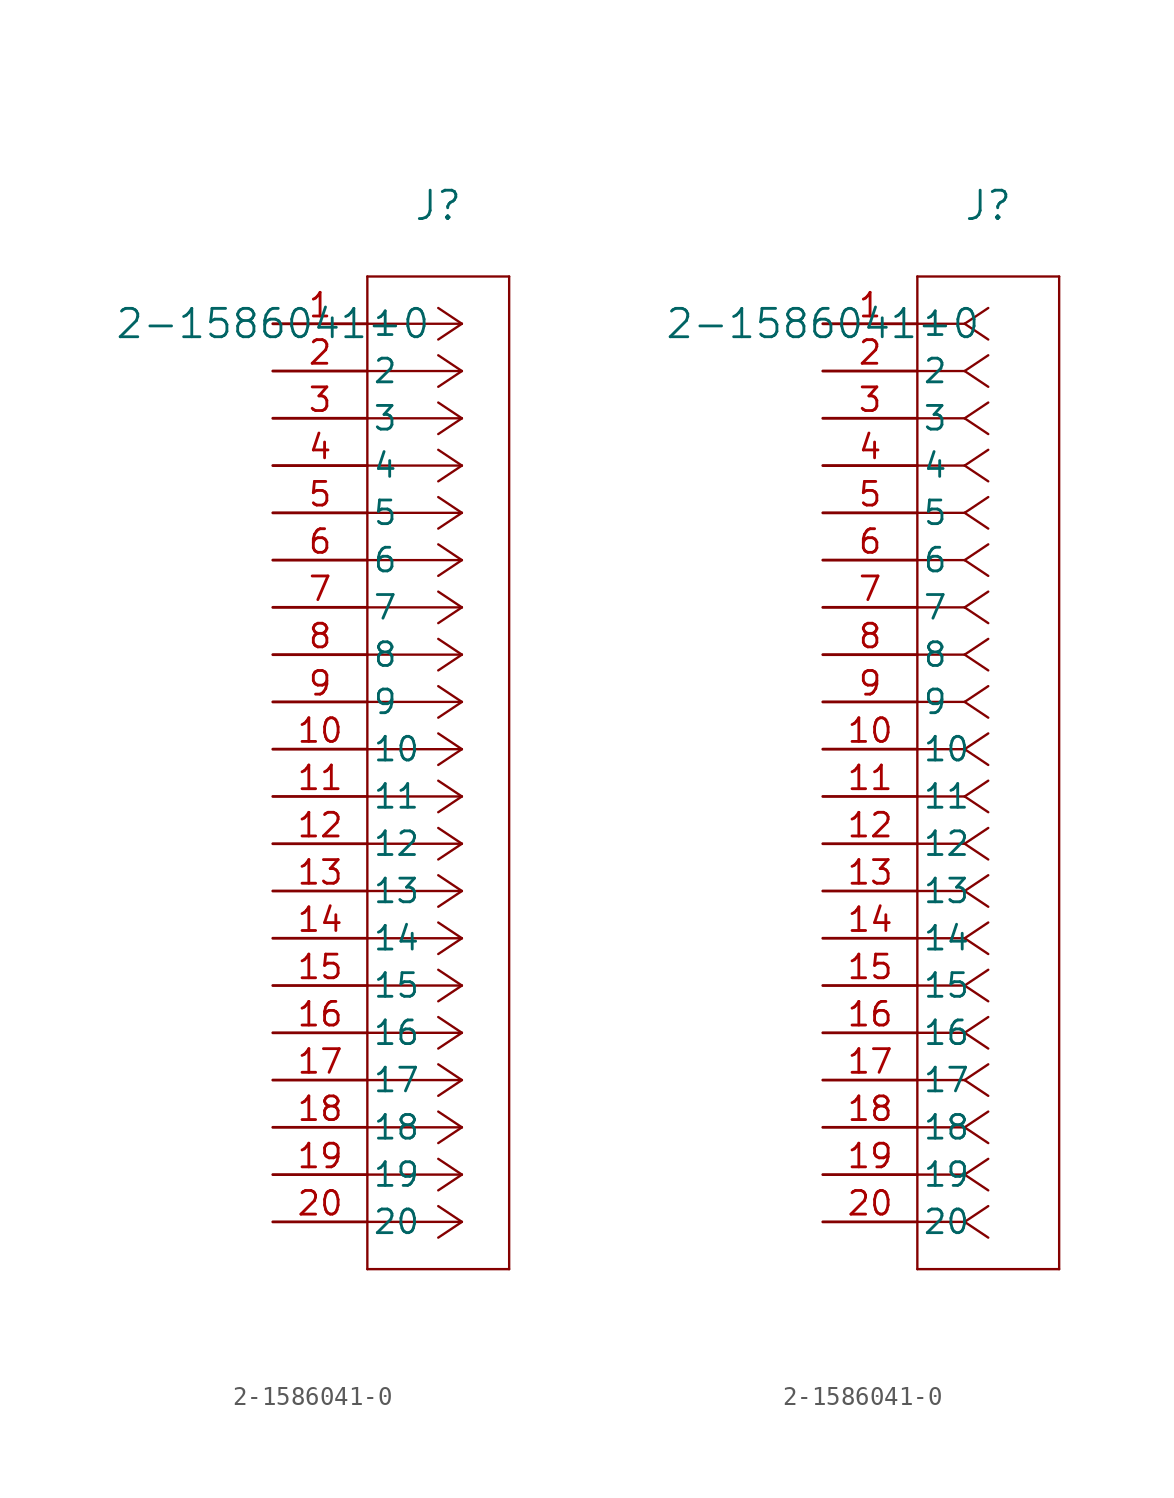
<source format=kicad_sym>
(kicad_symbol_lib
  (version 20211014)
  (generator kicad_symbol_editor)
  (symbol "2-1586041-0"
    (pin_names
      (offset 0.254))
    (property "Reference" "J"
      (at 8.89 6.35 0)
      (effects (font (size 1.524 1.524))))
    (property "Value" "2-1586041-0"
      (at 0 0 0)
      (effects (font (size 1.524 1.524))))
    (symbol "2-1586041-0_1_1"
      (polyline (pts (xy 10.16 0) (xy 5.08 0)) (stroke (width 0.127) (type default) (color 0 0 0 0)) (fill (type none)))
      (polyline (pts (xy 10.16 -2.54) (xy 5.08 -2.54)) (stroke (width 0.127) (type default) (color 0 0 0 0)) (fill (type none)))
      (polyline (pts (xy 10.16 -5.08) (xy 5.08 -5.08)) (stroke (width 0.127) (type default) (color 0 0 0 0)) (fill (type none)))
      (polyline (pts (xy 10.16 -7.62) (xy 5.08 -7.62)) (stroke (width 0.127) (type default) (color 0 0 0 0)) (fill (type none)))
      (polyline (pts (xy 10.16 -10.16) (xy 5.08 -10.16)) (stroke (width 0.127) (type default) (color 0 0 0 0)) (fill (type none)))
      (polyline (pts (xy 10.16 -12.7) (xy 5.08 -12.7)) (stroke (width 0.127) (type default) (color 0 0 0 0)) (fill (type none)))
      (polyline (pts (xy 10.16 -15.24) (xy 5.08 -15.24)) (stroke (width 0.127) (type default) (color 0 0 0 0)) (fill (type none)))
      (polyline (pts (xy 10.16 -17.78) (xy 5.08 -17.78)) (stroke (width 0.127) (type default) (color 0 0 0 0)) (fill (type none)))
      (polyline (pts (xy 10.16 -20.32) (xy 5.08 -20.32)) (stroke (width 0.127) (type default) (color 0 0 0 0)) (fill (type none)))
      (polyline (pts (xy 10.16 -22.86) (xy 5.08 -22.86)) (stroke (width 0.127) (type default) (color 0 0 0 0)) (fill (type none)))
      (polyline (pts (xy 10.16 -25.4) (xy 5.08 -25.4)) (stroke (width 0.127) (type default) (color 0 0 0 0)) (fill (type none)))
      (polyline (pts (xy 10.16 -27.94) (xy 5.08 -27.94)) (stroke (width 0.127) (type default) (color 0 0 0 0)) (fill (type none)))
      (polyline (pts (xy 10.16 -30.48) (xy 5.08 -30.48)) (stroke (width 0.127) (type default) (color 0 0 0 0)) (fill (type none)))
      (polyline (pts (xy 10.16 -33.02) (xy 5.08 -33.02)) (stroke (width 0.127) (type default) (color 0 0 0 0)) (fill (type none)))
      (polyline (pts (xy 10.16 -35.56) (xy 5.08 -35.56)) (stroke (width 0.127) (type default) (color 0 0 0 0)) (fill (type none)))
      (polyline (pts (xy 10.16 -38.1) (xy 5.08 -38.1)) (stroke (width 0.127) (type default) (color 0 0 0 0)) (fill (type none)))
      (polyline (pts (xy 10.16 -40.64) (xy 5.08 -40.64)) (stroke (width 0.127) (type default) (color 0 0 0 0)) (fill (type none)))
      (polyline (pts (xy 10.16 -43.18) (xy 5.08 -43.18)) (stroke (width 0.127) (type default) (color 0 0 0 0)) (fill (type none)))
      (polyline (pts (xy 10.16 -45.72) (xy 5.08 -45.72)) (stroke (width 0.127) (type default) (color 0 0 0 0)) (fill (type none)))
      (polyline (pts (xy 10.16 -48.26) (xy 5.08 -48.26)) (stroke (width 0.127) (type default) (color 0 0 0 0)) (fill (type none)))
      (polyline (pts (xy 10.16 0) (xy 8.89 0.847)) (stroke (width 0.127) (type default) (color 0 0 0 0)) (fill (type none)))
      (polyline (pts (xy 10.16 -2.54) (xy 8.89 -1.693)) (stroke (width 0.127) (type default) (color 0 0 0 0)) (fill (type none)))
      (polyline (pts (xy 10.16 -5.08) (xy 8.89 -4.233)) (stroke (width 0.127) (type default) (color 0 0 0 0)) (fill (type none)))
      (polyline (pts (xy 10.16 -7.62) (xy 8.89 -6.773)) (stroke (width 0.127) (type default) (color 0 0 0 0)) (fill (type none)))
      (polyline (pts (xy 10.16 -10.16) (xy 8.89 -9.313)) (stroke (width 0.127) (type default) (color 0 0 0 0)) (fill (type none)))
      (polyline (pts (xy 10.16 -12.7) (xy 8.89 -11.853)) (stroke (width 0.127) (type default) (color 0 0 0 0)) (fill (type none)))
      (polyline (pts (xy 10.16 -15.24) (xy 8.89 -14.393)) (stroke (width 0.127) (type default) (color 0 0 0 0)) (fill (type none)))
      (polyline (pts (xy 10.16 -17.78) (xy 8.89 -16.933)) (stroke (width 0.127) (type default) (color 0 0 0 0)) (fill (type none)))
      (polyline (pts (xy 10.16 -20.32) (xy 8.89 -19.473)) (stroke (width 0.127) (type default) (color 0 0 0 0)) (fill (type none)))
      (polyline (pts (xy 10.16 -22.86) (xy 8.89 -22.013)) (stroke (width 0.127) (type default) (color 0 0 0 0)) (fill (type none)))
      (polyline (pts (xy 10.16 -25.4) (xy 8.89 -24.553)) (stroke (width 0.127) (type default) (color 0 0 0 0)) (fill (type none)))
      (polyline (pts (xy 10.16 -27.94) (xy 8.89 -27.093)) (stroke (width 0.127) (type default) (color 0 0 0 0)) (fill (type none)))
      (polyline (pts (xy 10.16 -30.48) (xy 8.89 -29.633)) (stroke (width 0.127) (type default) (color 0 0 0 0)) (fill (type none)))
      (polyline (pts (xy 10.16 -33.02) (xy 8.89 -32.173)) (stroke (width 0.127) (type default) (color 0 0 0 0)) (fill (type none)))
      (polyline (pts (xy 10.16 -35.56) (xy 8.89 -34.713)) (stroke (width 0.127) (type default) (color 0 0 0 0)) (fill (type none)))
      (polyline (pts (xy 10.16 -38.1) (xy 8.89 -37.253)) (stroke (width 0.127) (type default) (color 0 0 0 0)) (fill (type none)))
      (polyline (pts (xy 10.16 -40.64) (xy 8.89 -39.793)) (stroke (width 0.127) (type default) (color 0 0 0 0)) (fill (type none)))
      (polyline (pts (xy 10.16 -43.18) (xy 8.89 -42.333)) (stroke (width 0.127) (type default) (color 0 0 0 0)) (fill (type none)))
      (polyline (pts (xy 10.16 -45.72) (xy 8.89 -44.873)) (stroke (width 0.127) (type default) (color 0 0 0 0)) (fill (type none)))
      (polyline (pts (xy 10.16 -48.26) (xy 8.89 -47.413)) (stroke (width 0.127) (type default) (color 0 0 0 0)) (fill (type none)))
      (polyline (pts (xy 10.16 0) (xy 8.89 -0.847)) (stroke (width 0.127) (type default) (color 0 0 0 0)) (fill (type none)))
      (polyline (pts (xy 10.16 -2.54) (xy 8.89 -3.387)) (stroke (width 0.127) (type default) (color 0 0 0 0)) (fill (type none)))
      (polyline (pts (xy 10.16 -5.08) (xy 8.89 -5.927)) (stroke (width 0.127) (type default) (color 0 0 0 0)) (fill (type none)))
      (polyline (pts (xy 10.16 -7.62) (xy 8.89 -8.467)) (stroke (width 0.127) (type default) (color 0 0 0 0)) (fill (type none)))
      (polyline (pts (xy 10.16 -10.16) (xy 8.89 -11.007)) (stroke (width 0.127) (type default) (color 0 0 0 0)) (fill (type none)))
      (polyline (pts (xy 10.16 -12.7) (xy 8.89 -13.547)) (stroke (width 0.127) (type default) (color 0 0 0 0)) (fill (type none)))
      (polyline (pts (xy 10.16 -15.24) (xy 8.89 -16.087)) (stroke (width 0.127) (type default) (color 0 0 0 0)) (fill (type none)))
      (polyline (pts (xy 10.16 -17.78) (xy 8.89 -18.627)) (stroke (width 0.127) (type default) (color 0 0 0 0)) (fill (type none)))
      (polyline (pts (xy 10.16 -20.32) (xy 8.89 -21.167)) (stroke (width 0.127) (type default) (color 0 0 0 0)) (fill (type none)))
      (polyline (pts (xy 10.16 -22.86) (xy 8.89 -23.707)) (stroke (width 0.127) (type default) (color 0 0 0 0)) (fill (type none)))
      (polyline (pts (xy 10.16 -25.4) (xy 8.89 -26.247)) (stroke (width 0.127) (type default) (color 0 0 0 0)) (fill (type none)))
      (polyline (pts (xy 10.16 -27.94) (xy 8.89 -28.787)) (stroke (width 0.127) (type default) (color 0 0 0 0)) (fill (type none)))
      (polyline (pts (xy 10.16 -30.48) (xy 8.89 -31.327)) (stroke (width 0.127) (type default) (color 0 0 0 0)) (fill (type none)))
      (polyline (pts (xy 10.16 -33.02) (xy 8.89 -33.867)) (stroke (width 0.127) (type default) (color 0 0 0 0)) (fill (type none)))
      (polyline (pts (xy 10.16 -35.56) (xy 8.89 -36.407)) (stroke (width 0.127) (type default) (color 0 0 0 0)) (fill (type none)))
      (polyline (pts (xy 10.16 -38.1) (xy 8.89 -38.947)) (stroke (width 0.127) (type default) (color 0 0 0 0)) (fill (type none)))
      (polyline (pts (xy 10.16 -40.64) (xy 8.89 -41.487)) (stroke (width 0.127) (type default) (color 0 0 0 0)) (fill (type none)))
      (polyline (pts (xy 10.16 -43.18) (xy 8.89 -44.027)) (stroke (width 0.127) (type default) (color 0 0 0 0)) (fill (type none)))
      (polyline (pts (xy 10.16 -45.72) (xy 8.89 -46.567)) (stroke (width 0.127) (type default) (color 0 0 0 0)) (fill (type none)))
      (polyline (pts (xy 10.16 -48.26) (xy 8.89 -49.107)) (stroke (width 0.127) (type default) (color 0 0 0 0)) (fill (type none)))
      (polyline (pts (xy 5.08 2.54) (xy 5.08 -50.8)) (stroke (width 0.127) (type default) (color 0 0 0 0)) (fill (type none)))
      (polyline (pts (xy 5.08 -50.8) (xy 12.7 -50.8)) (stroke (width 0.127) (type default) (color 0 0 0 0)) (fill (type none)))
      (polyline (pts (xy 12.7 -50.8) (xy 12.7 2.54)) (stroke (width 0.127) (type default) (color 0 0 0 0)) (fill (type none)))
      (polyline (pts (xy 12.7 2.54) (xy 5.08 2.54)) (stroke (width 0.127) (type default) (color 0 0 0 0)) (fill (type none)))
      (pin unspecified line (at 0 0 0) (length 5.08) (name "1" (effects (font (size 1.27 1.27)))) (number "1" (effects (font (size 1.27 1.27)))))
      (pin unspecified line (at 0 -2.54 0) (length 5.08) (name "2" (effects (font (size 1.27 1.27)))) (number "2" (effects (font (size 1.27 1.27)))))
      (pin unspecified line (at 0 -5.08 0) (length 5.08) (name "3" (effects (font (size 1.27 1.27)))) (number "3" (effects (font (size 1.27 1.27)))))
      (pin unspecified line (at 0 -7.62 0) (length 5.08) (name "4" (effects (font (size 1.27 1.27)))) (number "4" (effects (font (size 1.27 1.27)))))
      (pin unspecified line (at 0 -10.16 0) (length 5.08) (name "5" (effects (font (size 1.27 1.27)))) (number "5" (effects (font (size 1.27 1.27)))))
      (pin unspecified line (at 0 -12.7 0) (length 5.08) (name "6" (effects (font (size 1.27 1.27)))) (number "6" (effects (font (size 1.27 1.27)))))
      (pin unspecified line (at 0 -15.24 0) (length 5.08) (name "7" (effects (font (size 1.27 1.27)))) (number "7" (effects (font (size 1.27 1.27)))))
      (pin unspecified line (at 0 -17.78 0) (length 5.08) (name "8" (effects (font (size 1.27 1.27)))) (number "8" (effects (font (size 1.27 1.27)))))
      (pin unspecified line (at 0 -20.32 0) (length 5.08) (name "9" (effects (font (size 1.27 1.27)))) (number "9" (effects (font (size 1.27 1.27)))))
      (pin unspecified line (at 0 -22.86 0) (length 5.08) (name "10" (effects (font (size 1.27 1.27)))) (number "10" (effects (font (size 1.27 1.27)))))
      (pin unspecified line (at 0 -25.4 0) (length 5.08) (name "11" (effects (font (size 1.27 1.27)))) (number "11" (effects (font (size 1.27 1.27)))))
      (pin unspecified line (at 0 -27.94 0) (length 5.08) (name "12" (effects (font (size 1.27 1.27)))) (number "12" (effects (font (size 1.27 1.27)))))
      (pin unspecified line (at 0 -30.48 0) (length 5.08) (name "13" (effects (font (size 1.27 1.27)))) (number "13" (effects (font (size 1.27 1.27)))))
      (pin unspecified line (at 0 -33.02 0) (length 5.08) (name "14" (effects (font (size 1.27 1.27)))) (number "14" (effects (font (size 1.27 1.27)))))
      (pin unspecified line (at 0 -35.56 0) (length 5.08) (name "15" (effects (font (size 1.27 1.27)))) (number "15" (effects (font (size 1.27 1.27)))))
      (pin unspecified line (at 0 -38.1 0) (length 5.08) (name "16" (effects (font (size 1.27 1.27)))) (number "16" (effects (font (size 1.27 1.27)))))
      (pin unspecified line (at 0 -40.64 0) (length 5.08) (name "17" (effects (font (size 1.27 1.27)))) (number "17" (effects (font (size 1.27 1.27)))))
      (pin unspecified line (at 0 -43.18 0) (length 5.08) (name "18" (effects (font (size 1.27 1.27)))) (number "18" (effects (font (size 1.27 1.27)))))
      (pin unspecified line (at 0 -45.72 0) (length 5.08) (name "19" (effects (font (size 1.27 1.27)))) (number "19" (effects (font (size 1.27 1.27)))))
      (pin unspecified line (at 0 -48.26 0) (length 5.08) (name "20" (effects (font (size 1.27 1.27)))) (number "20" (effects (font (size 1.27 1.27))))))
    (symbol "2-1586041-0_1_2"
      (polyline (pts (xy 7.62 0) (xy 5.08 0)) (stroke (width 0.127) (type default) (color 0 0 0 0)) (fill (type none)))
      (polyline (pts (xy 7.62 -2.54) (xy 5.08 -2.54)) (stroke (width 0.127) (type default) (color 0 0 0 0)) (fill (type none)))
      (polyline (pts (xy 7.62 -5.08) (xy 5.08 -5.08)) (stroke (width 0.127) (type default) (color 0 0 0 0)) (fill (type none)))
      (polyline (pts (xy 7.62 -7.62) (xy 5.08 -7.62)) (stroke (width 0.127) (type default) (color 0 0 0 0)) (fill (type none)))
      (polyline (pts (xy 7.62 -10.16) (xy 5.08 -10.16)) (stroke (width 0.127) (type default) (color 0 0 0 0)) (fill (type none)))
      (polyline (pts (xy 7.62 -12.7) (xy 5.08 -12.7)) (stroke (width 0.127) (type default) (color 0 0 0 0)) (fill (type none)))
      (polyline (pts (xy 7.62 -15.24) (xy 5.08 -15.24)) (stroke (width 0.127) (type default) (color 0 0 0 0)) (fill (type none)))
      (polyline (pts (xy 7.62 -17.78) (xy 5.08 -17.78)) (stroke (width 0.127) (type default) (color 0 0 0 0)) (fill (type none)))
      (polyline (pts (xy 7.62 -20.32) (xy 5.08 -20.32)) (stroke (width 0.127) (type default) (color 0 0 0 0)) (fill (type none)))
      (polyline (pts (xy 7.62 -22.86) (xy 5.08 -22.86)) (stroke (width 0.127) (type default) (color 0 0 0 0)) (fill (type none)))
      (polyline (pts (xy 7.62 -25.4) (xy 5.08 -25.4)) (stroke (width 0.127) (type default) (color 0 0 0 0)) (fill (type none)))
      (polyline (pts (xy 7.62 -27.94) (xy 5.08 -27.94)) (stroke (width 0.127) (type default) (color 0 0 0 0)) (fill (type none)))
      (polyline (pts (xy 7.62 -30.48) (xy 5.08 -30.48)) (stroke (width 0.127) (type default) (color 0 0 0 0)) (fill (type none)))
      (polyline (pts (xy 7.62 -33.02) (xy 5.08 -33.02)) (stroke (width 0.127) (type default) (color 0 0 0 0)) (fill (type none)))
      (polyline (pts (xy 7.62 -35.56) (xy 5.08 -35.56)) (stroke (width 0.127) (type default) (color 0 0 0 0)) (fill (type none)))
      (polyline (pts (xy 7.62 -38.1) (xy 5.08 -38.1)) (stroke (width 0.127) (type default) (color 0 0 0 0)) (fill (type none)))
      (polyline (pts (xy 7.62 -40.64) (xy 5.08 -40.64)) (stroke (width 0.127) (type default) (color 0 0 0 0)) (fill (type none)))
      (polyline (pts (xy 7.62 -43.18) (xy 5.08 -43.18)) (stroke (width 0.127) (type default) (color 0 0 0 0)) (fill (type none)))
      (polyline (pts (xy 7.62 -45.72) (xy 5.08 -45.72)) (stroke (width 0.127) (type default) (color 0 0 0 0)) (fill (type none)))
      (polyline (pts (xy 7.62 -48.26) (xy 5.08 -48.26)) (stroke (width 0.127) (type default) (color 0 0 0 0)) (fill (type none)))
      (polyline (pts (xy 7.62 0) (xy 8.89 0.847)) (stroke (width 0.127) (type default) (color 0 0 0 0)) (fill (type none)))
      (polyline (pts (xy 7.62 -2.54) (xy 8.89 -1.693)) (stroke (width 0.127) (type default) (color 0 0 0 0)) (fill (type none)))
      (polyline (pts (xy 7.62 -5.08) (xy 8.89 -4.233)) (stroke (width 0.127) (type default) (color 0 0 0 0)) (fill (type none)))
      (polyline (pts (xy 7.62 -7.62) (xy 8.89 -6.773)) (stroke (width 0.127) (type default) (color 0 0 0 0)) (fill (type none)))
      (polyline (pts (xy 7.62 -10.16) (xy 8.89 -9.313)) (stroke (width 0.127) (type default) (color 0 0 0 0)) (fill (type none)))
      (polyline (pts (xy 7.62 -12.7) (xy 8.89 -11.853)) (stroke (width 0.127) (type default) (color 0 0 0 0)) (fill (type none)))
      (polyline (pts (xy 7.62 -15.24) (xy 8.89 -14.393)) (stroke (width 0.127) (type default) (color 0 0 0 0)) (fill (type none)))
      (polyline (pts (xy 7.62 -17.78) (xy 8.89 -16.933)) (stroke (width 0.127) (type default) (color 0 0 0 0)) (fill (type none)))
      (polyline (pts (xy 7.62 -20.32) (xy 8.89 -19.473)) (stroke (width 0.127) (type default) (color 0 0 0 0)) (fill (type none)))
      (polyline (pts (xy 7.62 -22.86) (xy 8.89 -22.013)) (stroke (width 0.127) (type default) (color 0 0 0 0)) (fill (type none)))
      (polyline (pts (xy 7.62 -25.4) (xy 8.89 -24.553)) (stroke (width 0.127) (type default) (color 0 0 0 0)) (fill (type none)))
      (polyline (pts (xy 7.62 -27.94) (xy 8.89 -27.093)) (stroke (width 0.127) (type default) (color 0 0 0 0)) (fill (type none)))
      (polyline (pts (xy 7.62 -30.48) (xy 8.89 -29.633)) (stroke (width 0.127) (type default) (color 0 0 0 0)) (fill (type none)))
      (polyline (pts (xy 7.62 -33.02) (xy 8.89 -32.173)) (stroke (width 0.127) (type default) (color 0 0 0 0)) (fill (type none)))
      (polyline (pts (xy 7.62 -35.56) (xy 8.89 -34.713)) (stroke (width 0.127) (type default) (color 0 0 0 0)) (fill (type none)))
      (polyline (pts (xy 7.62 -38.1) (xy 8.89 -37.253)) (stroke (width 0.127) (type default) (color 0 0 0 0)) (fill (type none)))
      (polyline (pts (xy 7.62 -40.64) (xy 8.89 -39.793)) (stroke (width 0.127) (type default) (color 0 0 0 0)) (fill (type none)))
      (polyline (pts (xy 7.62 -43.18) (xy 8.89 -42.333)) (stroke (width 0.127) (type default) (color 0 0 0 0)) (fill (type none)))
      (polyline (pts (xy 7.62 -45.72) (xy 8.89 -44.873)) (stroke (width 0.127) (type default) (color 0 0 0 0)) (fill (type none)))
      (polyline (pts (xy 7.62 -48.26) (xy 8.89 -47.413)) (stroke (width 0.127) (type default) (color 0 0 0 0)) (fill (type none)))
      (polyline (pts (xy 7.62 0) (xy 8.89 -0.847)) (stroke (width 0.127) (type default) (color 0 0 0 0)) (fill (type none)))
      (polyline (pts (xy 7.62 -2.54) (xy 8.89 -3.387)) (stroke (width 0.127) (type default) (color 0 0 0 0)) (fill (type none)))
      (polyline (pts (xy 7.62 -5.08) (xy 8.89 -5.927)) (stroke (width 0.127) (type default) (color 0 0 0 0)) (fill (type none)))
      (polyline (pts (xy 7.62 -7.62) (xy 8.89 -8.467)) (stroke (width 0.127) (type default) (color 0 0 0 0)) (fill (type none)))
      (polyline (pts (xy 7.62 -10.16) (xy 8.89 -11.007)) (stroke (width 0.127) (type default) (color 0 0 0 0)) (fill (type none)))
      (polyline (pts (xy 7.62 -12.7) (xy 8.89 -13.547)) (stroke (width 0.127) (type default) (color 0 0 0 0)) (fill (type none)))
      (polyline (pts (xy 7.62 -15.24) (xy 8.89 -16.087)) (stroke (width 0.127) (type default) (color 0 0 0 0)) (fill (type none)))
      (polyline (pts (xy 7.62 -17.78) (xy 8.89 -18.627)) (stroke (width 0.127) (type default) (color 0 0 0 0)) (fill (type none)))
      (polyline (pts (xy 7.62 -20.32) (xy 8.89 -21.167)) (stroke (width 0.127) (type default) (color 0 0 0 0)) (fill (type none)))
      (polyline (pts (xy 7.62 -22.86) (xy 8.89 -23.707)) (stroke (width 0.127) (type default) (color 0 0 0 0)) (fill (type none)))
      (polyline (pts (xy 7.62 -25.4) (xy 8.89 -26.247)) (stroke (width 0.127) (type default) (color 0 0 0 0)) (fill (type none)))
      (polyline (pts (xy 7.62 -27.94) (xy 8.89 -28.787)) (stroke (width 0.127) (type default) (color 0 0 0 0)) (fill (type none)))
      (polyline (pts (xy 7.62 -30.48) (xy 8.89 -31.327)) (stroke (width 0.127) (type default) (color 0 0 0 0)) (fill (type none)))
      (polyline (pts (xy 7.62 -33.02) (xy 8.89 -33.867)) (stroke (width 0.127) (type default) (color 0 0 0 0)) (fill (type none)))
      (polyline (pts (xy 7.62 -35.56) (xy 8.89 -36.407)) (stroke (width 0.127) (type default) (color 0 0 0 0)) (fill (type none)))
      (polyline (pts (xy 7.62 -38.1) (xy 8.89 -38.947)) (stroke (width 0.127) (type default) (color 0 0 0 0)) (fill (type none)))
      (polyline (pts (xy 7.62 -40.64) (xy 8.89 -41.487)) (stroke (width 0.127) (type default) (color 0 0 0 0)) (fill (type none)))
      (polyline (pts (xy 7.62 -43.18) (xy 8.89 -44.027)) (stroke (width 0.127) (type default) (color 0 0 0 0)) (fill (type none)))
      (polyline (pts (xy 7.62 -45.72) (xy 8.89 -46.567)) (stroke (width 0.127) (type default) (color 0 0 0 0)) (fill (type none)))
      (polyline (pts (xy 7.62 -48.26) (xy 8.89 -49.107)) (stroke (width 0.127) (type default) (color 0 0 0 0)) (fill (type none)))
      (polyline (pts (xy 5.08 2.54) (xy 5.08 -50.8)) (stroke (width 0.127) (type default) (color 0 0 0 0)) (fill (type none)))
      (polyline (pts (xy 5.08 -50.8) (xy 12.7 -50.8)) (stroke (width 0.127) (type default) (color 0 0 0 0)) (fill (type none)))
      (polyline (pts (xy 12.7 -50.8) (xy 12.7 2.54)) (stroke (width 0.127) (type default) (color 0 0 0 0)) (fill (type none)))
      (polyline (pts (xy 12.7 2.54) (xy 5.08 2.54)) (stroke (width 0.127) (type default) (color 0 0 0 0)) (fill (type none)))
      (pin unspecified line (at 0 0 0) (length 5.08) (name "1" (effects (font (size 1.27 1.27)))) (number "1" (effects (font (size 1.27 1.27)))))
      (pin unspecified line (at 0 -2.54 0) (length 5.08) (name "2" (effects (font (size 1.27 1.27)))) (number "2" (effects (font (size 1.27 1.27)))))
      (pin unspecified line (at 0 -5.08 0) (length 5.08) (name "3" (effects (font (size 1.27 1.27)))) (number "3" (effects (font (size 1.27 1.27)))))
      (pin unspecified line (at 0 -7.62 0) (length 5.08) (name "4" (effects (font (size 1.27 1.27)))) (number "4" (effects (font (size 1.27 1.27)))))
      (pin unspecified line (at 0 -10.16 0) (length 5.08) (name "5" (effects (font (size 1.27 1.27)))) (number "5" (effects (font (size 1.27 1.27)))))
      (pin unspecified line (at 0 -12.7 0) (length 5.08) (name "6" (effects (font (size 1.27 1.27)))) (number "6" (effects (font (size 1.27 1.27)))))
      (pin unspecified line (at 0 -15.24 0) (length 5.08) (name "7" (effects (font (size 1.27 1.27)))) (number "7" (effects (font (size 1.27 1.27)))))
      (pin unspecified line (at 0 -17.78 0) (length 5.08) (name "8" (effects (font (size 1.27 1.27)))) (number "8" (effects (font (size 1.27 1.27)))))
      (pin unspecified line (at 0 -20.32 0) (length 5.08) (name "9" (effects (font (size 1.27 1.27)))) (number "9" (effects (font (size 1.27 1.27)))))
      (pin unspecified line (at 0 -22.86 0) (length 5.08) (name "10" (effects (font (size 1.27 1.27)))) (number "10" (effects (font (size 1.27 1.27)))))
      (pin unspecified line (at 0 -25.4 0) (length 5.08) (name "11" (effects (font (size 1.27 1.27)))) (number "11" (effects (font (size 1.27 1.27)))))
      (pin unspecified line (at 0 -27.94 0) (length 5.08) (name "12" (effects (font (size 1.27 1.27)))) (number "12" (effects (font (size 1.27 1.27)))))
      (pin unspecified line (at 0 -30.48 0) (length 5.08) (name "13" (effects (font (size 1.27 1.27)))) (number "13" (effects (font (size 1.27 1.27)))))
      (pin unspecified line (at 0 -33.02 0) (length 5.08) (name "14" (effects (font (size 1.27 1.27)))) (number "14" (effects (font (size 1.27 1.27)))))
      (pin unspecified line (at 0 -35.56 0) (length 5.08) (name "15" (effects (font (size 1.27 1.27)))) (number "15" (effects (font (size 1.27 1.27)))))
      (pin unspecified line (at 0 -38.1 0) (length 5.08) (name "16" (effects (font (size 1.27 1.27)))) (number "16" (effects (font (size 1.27 1.27)))))
      (pin unspecified line (at 0 -40.64 0) (length 5.08) (name "17" (effects (font (size 1.27 1.27)))) (number "17" (effects (font (size 1.27 1.27)))))
      (pin unspecified line (at 0 -43.18 0) (length 5.08) (name "18" (effects (font (size 1.27 1.27)))) (number "18" (effects (font (size 1.27 1.27)))))
      (pin unspecified line (at 0 -45.72 0) (length 5.08) (name "19" (effects (font (size 1.27 1.27)))) (number "19" (effects (font (size 1.27 1.27)))))
      (pin unspecified line (at 0 -48.26 0) (length 5.08) (name "20" (effects (font (size 1.27 1.27)))) (number "20" (effects (font (size 1.27 1.27))))))))
</source>
